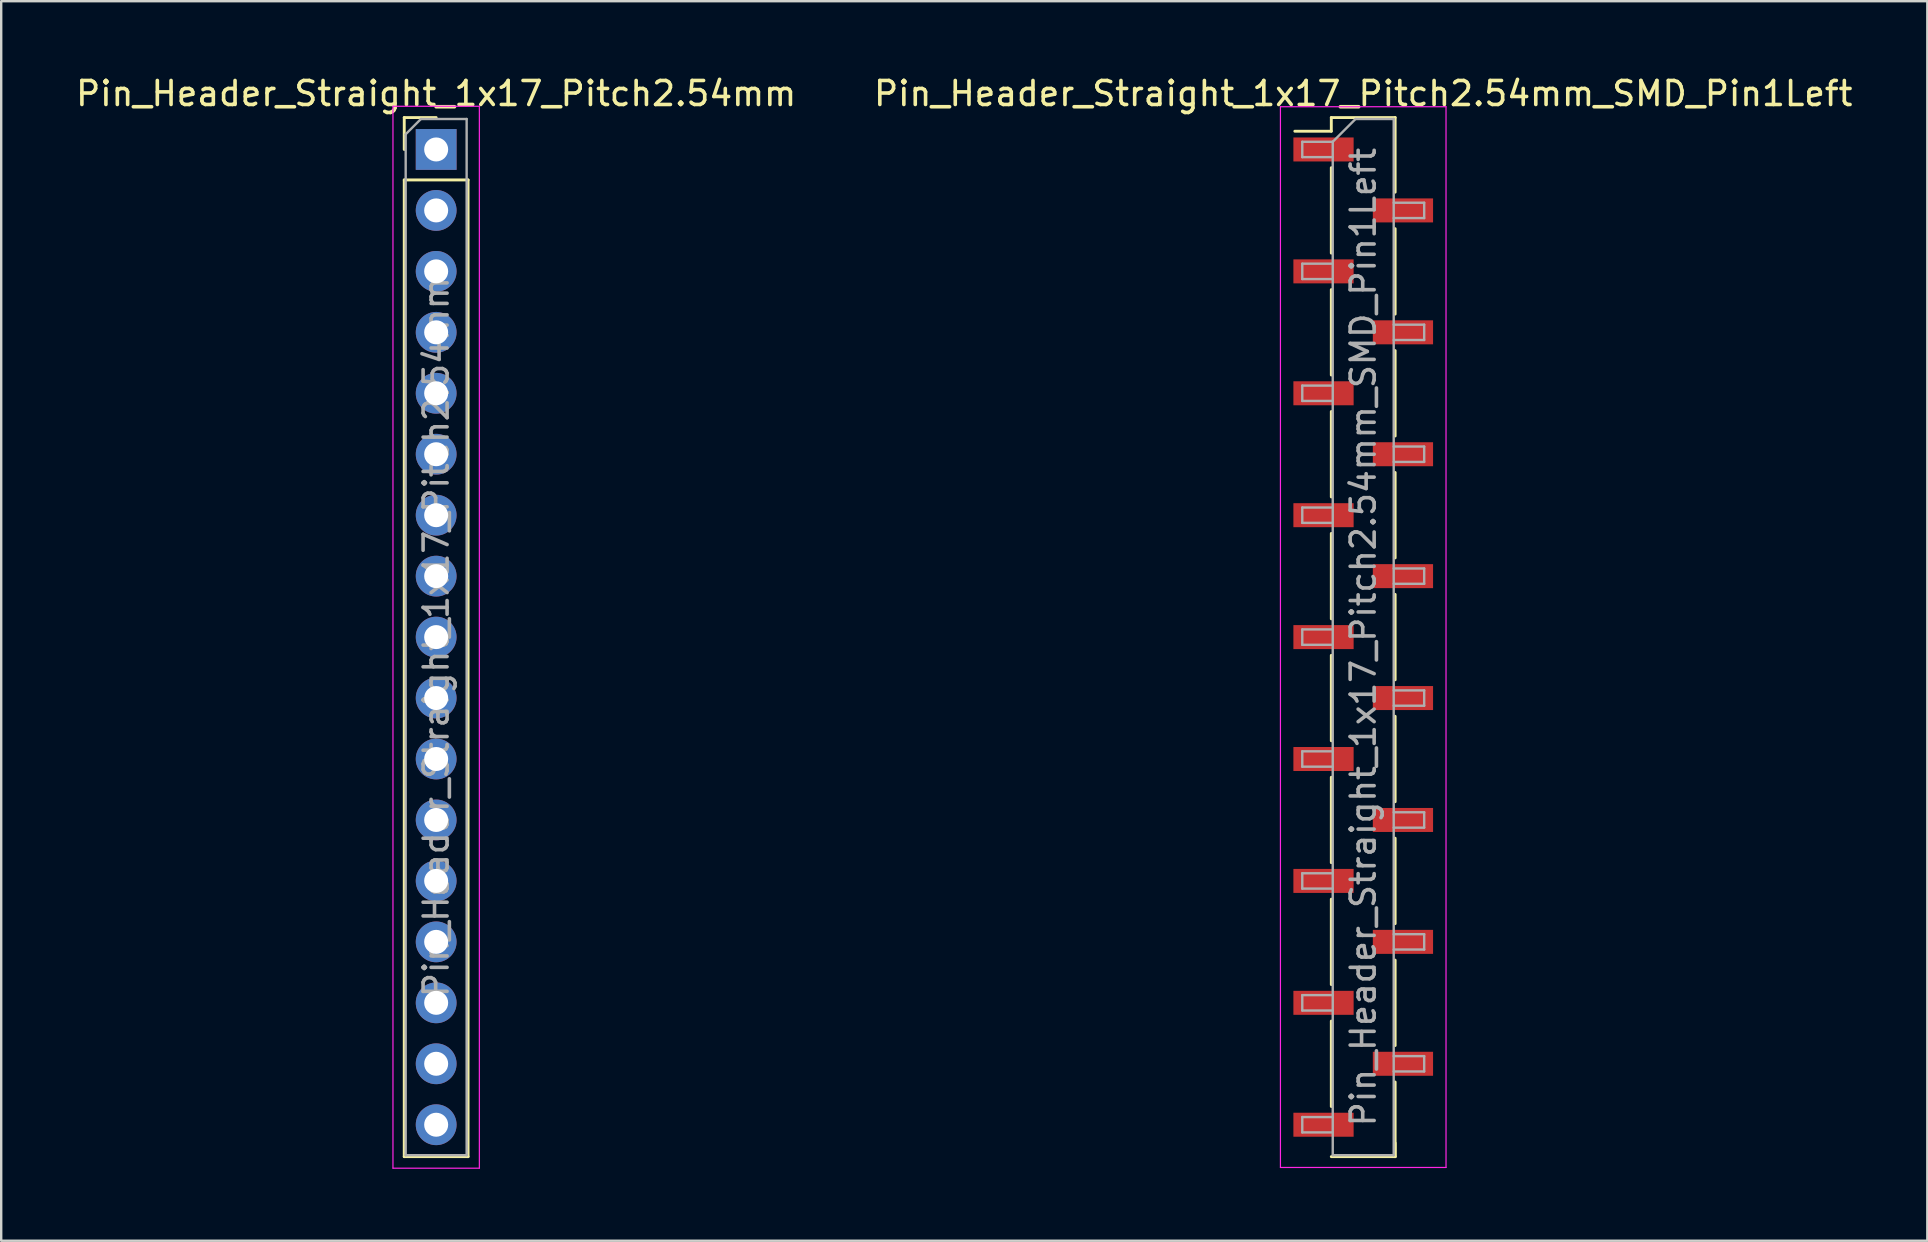
<source format=kicad_pcb>
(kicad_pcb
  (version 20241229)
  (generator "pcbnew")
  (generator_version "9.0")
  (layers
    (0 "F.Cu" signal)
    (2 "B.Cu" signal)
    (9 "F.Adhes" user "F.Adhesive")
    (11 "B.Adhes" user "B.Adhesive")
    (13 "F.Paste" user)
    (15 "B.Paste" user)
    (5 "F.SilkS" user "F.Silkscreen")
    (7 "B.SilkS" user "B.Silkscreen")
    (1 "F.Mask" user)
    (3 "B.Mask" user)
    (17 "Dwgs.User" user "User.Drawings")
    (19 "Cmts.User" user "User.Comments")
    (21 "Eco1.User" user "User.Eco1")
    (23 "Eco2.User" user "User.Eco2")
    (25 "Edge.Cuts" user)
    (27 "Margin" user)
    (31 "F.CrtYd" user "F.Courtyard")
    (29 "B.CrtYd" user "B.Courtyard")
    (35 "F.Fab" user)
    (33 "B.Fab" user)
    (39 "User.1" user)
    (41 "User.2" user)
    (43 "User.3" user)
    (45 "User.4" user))
  (footprint "Pin_Header_Straight_1x17_Pitch2.54mm"
    (layer "F.Cu")
    (at 15.125 3.178)
    (property "Reference" "Pin_Header_Straight_1x17_Pitch2.54mm" (at 0 -2.33 0) (layer "F.SilkS") (effects (font (size 1 1) (thickness 0.15))))
    (attr through_hole)
    (fp_line (start -1.33 -1.33) (end 0 -1.33) (stroke (width 0.12) (type solid)) (layer "F.SilkS"))
    (fp_line (start -1.33 0) (end -1.33 -1.33) (stroke (width 0.12) (type solid)) (layer "F.SilkS"))
    (fp_line (start -1.33 1.27) (end -1.33 41.97) (stroke (width 0.12) (type solid)) (layer "F.SilkS"))
    (fp_line (start -1.33 1.27) (end 1.33 1.27) (stroke (width 0.12) (type solid)) (layer "F.SilkS"))
    (fp_line (start -1.33 41.97) (end 1.33 41.97) (stroke (width 0.12) (type solid)) (layer "F.SilkS"))
    (fp_line (start 1.33 1.27) (end 1.33 41.97) (stroke (width 0.12) (type solid)) (layer "F.SilkS"))
    (fp_line (start -1.8 -1.8) (end -1.8 42.45) (stroke (width 0.05) (type solid)) (layer "F.CrtYd"))
    (fp_line (start -1.8 42.45) (end 1.8 42.45) (stroke (width 0.05) (type solid)) (layer "F.CrtYd"))
    (fp_line (start 1.8 -1.8) (end -1.8 -1.8) (stroke (width 0.05) (type solid)) (layer "F.CrtYd"))
    (fp_line (start 1.8 42.45) (end 1.8 -1.8) (stroke (width 0.05) (type solid)) (layer "F.CrtYd"))
    (fp_line (start -1.27 -0.635) (end -0.635 -1.27) (stroke (width 0.1) (type solid)) (layer "F.Fab"))
    (fp_line (start -1.27 41.91) (end -1.27 -0.635) (stroke (width 0.1) (type solid)) (layer "F.Fab"))
    (fp_line (start -0.635 -1.27) (end 1.27 -1.27) (stroke (width 0.1) (type solid)) (layer "F.Fab"))
    (fp_line (start 1.27 -1.27) (end 1.27 41.91) (stroke (width 0.1) (type solid)) (layer "F.Fab"))
    (fp_line (start 1.27 41.91) (end -1.27 41.91) (stroke (width 0.1) (type solid)) (layer "F.Fab"))
    (fp_text user "${REFERENCE}" (at 0 20.32 90) (layer "F.Fab") (effects (font (size 1 1) (thickness 0.15))))
    (pad "1" thru_hole rect (at 0 0) (size 1.7 1.7) (drill 1) (layers "*.Cu" "*.Mask"))
    (pad "2" thru_hole oval (at 0 2.54) (size 1.7 1.7) (drill 1) (layers "*.Cu" "*.Mask"))
    (pad "3" thru_hole oval (at 0 5.08) (size 1.7 1.7) (drill 1) (layers "*.Cu" "*.Mask"))
    (pad "4" thru_hole oval (at 0 7.62) (size 1.7 1.7) (drill 1) (layers "*.Cu" "*.Mask"))
    (pad "5" thru_hole oval (at 0 10.16) (size 1.7 1.7) (drill 1) (layers "*.Cu" "*.Mask"))
    (pad "6" thru_hole oval (at 0 12.7) (size 1.7 1.7) (drill 1) (layers "*.Cu" "*.Mask"))
    (pad "7" thru_hole oval (at 0 15.24) (size 1.7 1.7) (drill 1) (layers "*.Cu" "*.Mask"))
    (pad "8" thru_hole oval (at 0 17.78) (size 1.7 1.7) (drill 1) (layers "*.Cu" "*.Mask"))
    (pad "9" thru_hole oval (at 0 20.32) (size 1.7 1.7) (drill 1) (layers "*.Cu" "*.Mask"))
    (pad "10" thru_hole oval (at 0 22.86) (size 1.7 1.7) (drill 1) (layers "*.Cu" "*.Mask"))
    (pad "11" thru_hole oval (at 0 25.4) (size 1.7 1.7) (drill 1) (layers "*.Cu" "*.Mask"))
    (pad "12" thru_hole oval (at 0 27.94) (size 1.7 1.7) (drill 1) (layers "*.Cu" "*.Mask"))
    (pad "13" thru_hole oval (at 0 30.48) (size 1.7 1.7) (drill 1) (layers "*.Cu" "*.Mask"))
    (pad "14" thru_hole oval (at 0 33.02) (size 1.7 1.7) (drill 1) (layers "*.Cu" "*.Mask"))
    (pad "15" thru_hole oval (at 0 35.56) (size 1.7 1.7) (drill 1) (layers "*.Cu" "*.Mask"))
    (pad "16" thru_hole oval (at 0 38.1) (size 1.7 1.7) (drill 1) (layers "*.Cu" "*.Mask"))
    (pad "17" thru_hole oval (at 0 40.64) (size 1.7 1.7) (drill 1) (layers "*.Cu" "*.Mask")))
  (footprint "Pin_Header_Straight_1x17_Pitch2.54mm_SMD_Pin1Left"
    (layer "F.Cu")
    (at 53.756 23.498)
    (property "Reference" "Pin_Header_Straight_1x17_Pitch2.54mm_SMD_Pin1Left" (at 0 -22.65 0) (layer "F.SilkS") (effects (font (size 1 1) (thickness 0.15))))
    (attr smd)
    (fp_line (start -1.33 -21.65) (end -1.33 -21.08) (stroke (width 0.12) (type solid)) (layer "F.SilkS"))
    (fp_line (start -1.33 -21.65) (end 1.33 -21.65) (stroke (width 0.12) (type solid)) (layer "F.SilkS"))
    (fp_line (start -1.33 -21.08) (end -2.85 -21.08) (stroke (width 0.12) (type solid)) (layer "F.SilkS"))
    (fp_line (start -1.33 -19.56) (end -1.33 -16) (stroke (width 0.12) (type solid)) (layer "F.SilkS"))
    (fp_line (start -1.33 -14.48) (end -1.33 -10.92) (stroke (width 0.12) (type solid)) (layer "F.SilkS"))
    (fp_line (start -1.33 -9.4) (end -1.33 -5.84) (stroke (width 0.12) (type solid)) (layer "F.SilkS"))
    (fp_line (start -1.33 -4.32) (end -1.33 -0.76) (stroke (width 0.12) (type solid)) (layer "F.SilkS"))
    (fp_line (start -1.33 0.76) (end -1.33 4.32) (stroke (width 0.12) (type solid)) (layer "F.SilkS"))
    (fp_line (start -1.33 5.84) (end -1.33 9.4) (stroke (width 0.12) (type solid)) (layer "F.SilkS"))
    (fp_line (start -1.33 10.92) (end -1.33 14.48) (stroke (width 0.12) (type solid)) (layer "F.SilkS"))
    (fp_line (start -1.33 16) (end -1.33 19.56) (stroke (width 0.12) (type solid)) (layer "F.SilkS"))
    (fp_line (start -1.33 21.65) (end 1.33 21.65) (stroke (width 0.12) (type solid)) (layer "F.SilkS"))
    (fp_line (start 1.33 -21.65) (end 1.33 -18.54) (stroke (width 0.12) (type solid)) (layer "F.SilkS"))
    (fp_line (start 1.33 -17.02) (end 1.33 -13.46) (stroke (width 0.12) (type solid)) (layer "F.SilkS"))
    (fp_line (start 1.33 -11.94) (end 1.33 -8.38) (stroke (width 0.12) (type solid)) (layer "F.SilkS"))
    (fp_line (start 1.33 -6.86) (end 1.33 -3.3) (stroke (width 0.12) (type solid)) (layer "F.SilkS"))
    (fp_line (start 1.33 -1.78) (end 1.33 1.78) (stroke (width 0.12) (type solid)) (layer "F.SilkS"))
    (fp_line (start 1.33 3.3) (end 1.33 6.86) (stroke (width 0.12) (type solid)) (layer "F.SilkS"))
    (fp_line (start 1.33 8.38) (end 1.33 11.94) (stroke (width 0.12) (type solid)) (layer "F.SilkS"))
    (fp_line (start 1.33 13.46) (end 1.33 17.02) (stroke (width 0.12) (type solid)) (layer "F.SilkS"))
    (fp_line (start 1.33 18.54) (end 1.33 21.65) (stroke (width 0.12) (type solid)) (layer "F.SilkS"))
    (fp_line (start 1.33 21.08) (end 1.33 21.65) (stroke (width 0.12) (type solid)) (layer "F.SilkS"))
    (fp_line (start -3.45 -22.1) (end -3.45 22.1) (stroke (width 0.05) (type solid)) (layer "F.CrtYd"))
    (fp_line (start -3.45 22.1) (end 3.45 22.1) (stroke (width 0.05) (type solid)) (layer "F.CrtYd"))
    (fp_line (start 3.45 -22.1) (end -3.45 -22.1) (stroke (width 0.05) (type solid)) (layer "F.CrtYd"))
    (fp_line (start 3.45 22.1) (end 3.45 -22.1) (stroke (width 0.05) (type solid)) (layer "F.CrtYd"))
    (fp_line (start -2.54 -20.64) (end -2.54 -20) (stroke (width 0.1) (type solid)) (layer "F.Fab"))
    (fp_line (start -2.54 -20) (end -1.27 -20) (stroke (width 0.1) (type solid)) (layer "F.Fab"))
    (fp_line (start -2.54 -15.56) (end -2.54 -14.92) (stroke (width 0.1) (type solid)) (layer "F.Fab"))
    (fp_line (start -2.54 -14.92) (end -1.27 -14.92) (stroke (width 0.1) (type solid)) (layer "F.Fab"))
    (fp_line (start -2.54 -10.48) (end -2.54 -9.84) (stroke (width 0.1) (type solid)) (layer "F.Fab"))
    (fp_line (start -2.54 -9.84) (end -1.27 -9.84) (stroke (width 0.1) (type solid)) (layer "F.Fab"))
    (fp_line (start -2.54 -5.4) (end -2.54 -4.76) (stroke (width 0.1) (type solid)) (layer "F.Fab"))
    (fp_line (start -2.54 -4.76) (end -1.27 -4.76) (stroke (width 0.1) (type solid)) (layer "F.Fab"))
    (fp_line (start -2.54 -0.32) (end -2.54 0.32) (stroke (width 0.1) (type solid)) (layer "F.Fab"))
    (fp_line (start -2.54 0.32) (end -1.27 0.32) (stroke (width 0.1) (type solid)) (layer "F.Fab"))
    (fp_line (start -2.54 4.76) (end -2.54 5.4) (stroke (width 0.1) (type solid)) (layer "F.Fab"))
    (fp_line (start -2.54 5.4) (end -1.27 5.4) (stroke (width 0.1) (type solid)) (layer "F.Fab"))
    (fp_line (start -2.54 9.84) (end -2.54 10.48) (stroke (width 0.1) (type solid)) (layer "F.Fab"))
    (fp_line (start -2.54 10.48) (end -1.27 10.48) (stroke (width 0.1) (type solid)) (layer "F.Fab"))
    (fp_line (start -2.54 14.92) (end -2.54 15.56) (stroke (width 0.1) (type solid)) (layer "F.Fab"))
    (fp_line (start -2.54 15.56) (end -1.27 15.56) (stroke (width 0.1) (type solid)) (layer "F.Fab"))
    (fp_line (start -2.54 20) (end -2.54 20.64) (stroke (width 0.1) (type solid)) (layer "F.Fab"))
    (fp_line (start -2.54 20.64) (end -1.27 20.64) (stroke (width 0.1) (type solid)) (layer "F.Fab"))
    (fp_line (start -1.27 -20.64) (end -2.54 -20.64) (stroke (width 0.1) (type solid)) (layer "F.Fab"))
    (fp_line (start -1.27 -20.64) (end -0.32 -21.59) (stroke (width 0.1) (type solid)) (layer "F.Fab"))
    (fp_line (start -1.27 -15.56) (end -2.54 -15.56) (stroke (width 0.1) (type solid)) (layer "F.Fab"))
    (fp_line (start -1.27 -10.48) (end -2.54 -10.48) (stroke (width 0.1) (type solid)) (layer "F.Fab"))
    (fp_line (start -1.27 -5.4) (end -2.54 -5.4) (stroke (width 0.1) (type solid)) (layer "F.Fab"))
    (fp_line (start -1.27 -0.32) (end -2.54 -0.32) (stroke (width 0.1) (type solid)) (layer "F.Fab"))
    (fp_line (start -1.27 4.76) (end -2.54 4.76) (stroke (width 0.1) (type solid)) (layer "F.Fab"))
    (fp_line (start -1.27 9.84) (end -2.54 9.84) (stroke (width 0.1) (type solid)) (layer "F.Fab"))
    (fp_line (start -1.27 14.92) (end -2.54 14.92) (stroke (width 0.1) (type solid)) (layer "F.Fab"))
    (fp_line (start -1.27 20) (end -2.54 20) (stroke (width 0.1) (type solid)) (layer "F.Fab"))
    (fp_line (start -1.27 21.59) (end -1.27 -20.64) (stroke (width 0.1) (type solid)) (layer "F.Fab"))
    (fp_line (start -0.32 -21.59) (end 1.27 -21.59) (stroke (width 0.1) (type solid)) (layer "F.Fab"))
    (fp_line (start 1.27 -21.59) (end 1.27 21.59) (stroke (width 0.1) (type solid)) (layer "F.Fab"))
    (fp_line (start 1.27 -18.1) (end 2.54 -18.1) (stroke (width 0.1) (type solid)) (layer "F.Fab"))
    (fp_line (start 1.27 -13.02) (end 2.54 -13.02) (stroke (width 0.1) (type solid)) (layer "F.Fab"))
    (fp_line (start 1.27 -7.94) (end 2.54 -7.94) (stroke (width 0.1) (type solid)) (layer "F.Fab"))
    (fp_line (start 1.27 -2.86) (end 2.54 -2.86) (stroke (width 0.1) (type solid)) (layer "F.Fab"))
    (fp_line (start 1.27 2.22) (end 2.54 2.22) (stroke (width 0.1) (type solid)) (layer "F.Fab"))
    (fp_line (start 1.27 7.3) (end 2.54 7.3) (stroke (width 0.1) (type solid)) (layer "F.Fab"))
    (fp_line (start 1.27 12.38) (end 2.54 12.38) (stroke (width 0.1) (type solid)) (layer "F.Fab"))
    (fp_line (start 1.27 17.46) (end 2.54 17.46) (stroke (width 0.1) (type solid)) (layer "F.Fab"))
    (fp_line (start 1.27 21.59) (end -1.27 21.59) (stroke (width 0.1) (type solid)) (layer "F.Fab"))
    (fp_line (start 2.54 -18.1) (end 2.54 -17.46) (stroke (width 0.1) (type solid)) (layer "F.Fab"))
    (fp_line (start 2.54 -17.46) (end 1.27 -17.46) (stroke (width 0.1) (type solid)) (layer "F.Fab"))
    (fp_line (start 2.54 -13.02) (end 2.54 -12.38) (stroke (width 0.1) (type solid)) (layer "F.Fab"))
    (fp_line (start 2.54 -12.38) (end 1.27 -12.38) (stroke (width 0.1) (type solid)) (layer "F.Fab"))
    (fp_line (start 2.54 -7.94) (end 2.54 -7.3) (stroke (width 0.1) (type solid)) (layer "F.Fab"))
    (fp_line (start 2.54 -7.3) (end 1.27 -7.3) (stroke (width 0.1) (type solid)) (layer "F.Fab"))
    (fp_line (start 2.54 -2.86) (end 2.54 -2.22) (stroke (width 0.1) (type solid)) (layer "F.Fab"))
    (fp_line (start 2.54 -2.22) (end 1.27 -2.22) (stroke (width 0.1) (type solid)) (layer "F.Fab"))
    (fp_line (start 2.54 2.22) (end 2.54 2.86) (stroke (width 0.1) (type solid)) (layer "F.Fab"))
    (fp_line (start 2.54 2.86) (end 1.27 2.86) (stroke (width 0.1) (type solid)) (layer "F.Fab"))
    (fp_line (start 2.54 7.3) (end 2.54 7.94) (stroke (width 0.1) (type solid)) (layer "F.Fab"))
    (fp_line (start 2.54 7.94) (end 1.27 7.94) (stroke (width 0.1) (type solid)) (layer "F.Fab"))
    (fp_line (start 2.54 12.38) (end 2.54 13.02) (stroke (width 0.1) (type solid)) (layer "F.Fab"))
    (fp_line (start 2.54 13.02) (end 1.27 13.02) (stroke (width 0.1) (type solid)) (layer "F.Fab"))
    (fp_line (start 2.54 17.46) (end 2.54 18.1) (stroke (width 0.1) (type solid)) (layer "F.Fab"))
    (fp_line (start 2.54 18.1) (end 1.27 18.1) (stroke (width 0.1) (type solid)) (layer "F.Fab"))
    (fp_text user "${REFERENCE}" (at 0 0 90) (layer "F.Fab") (effects (font (size 1 1) (thickness 0.15))))
    (pad "1" smd rect (at -1.655 -20.32) (size 2.51 1) (layers "F.Cu" "F.Mask" "F.Paste"))
    (pad "2" smd rect (at 1.655 -17.78) (size 2.51 1) (layers "F.Cu" "F.Mask" "F.Paste"))
    (pad "3" smd rect (at -1.655 -15.24) (size 2.51 1) (layers "F.Cu" "F.Mask" "F.Paste"))
    (pad "4" smd rect (at 1.655 -12.7) (size 2.51 1) (layers "F.Cu" "F.Mask" "F.Paste"))
    (pad "5" smd rect (at -1.655 -10.16) (size 2.51 1) (layers "F.Cu" "F.Mask" "F.Paste"))
    (pad "6" smd rect (at 1.655 -7.62) (size 2.51 1) (layers "F.Cu" "F.Mask" "F.Paste"))
    (pad "7" smd rect (at -1.655 -5.08) (size 2.51 1) (layers "F.Cu" "F.Mask" "F.Paste"))
    (pad "8" smd rect (at 1.655 -2.54) (size 2.51 1) (layers "F.Cu" "F.Mask" "F.Paste"))
    (pad "9" smd rect (at -1.655 0) (size 2.51 1) (layers "F.Cu" "F.Mask" "F.Paste"))
    (pad "10" smd rect (at 1.655 2.54) (size 2.51 1) (layers "F.Cu" "F.Mask" "F.Paste"))
    (pad "11" smd rect (at -1.655 5.08) (size 2.51 1) (layers "F.Cu" "F.Mask" "F.Paste"))
    (pad "12" smd rect (at 1.655 7.62) (size 2.51 1) (layers "F.Cu" "F.Mask" "F.Paste"))
    (pad "13" smd rect (at -1.655 10.16) (size 2.51 1) (layers "F.Cu" "F.Mask" "F.Paste"))
    (pad "14" smd rect (at 1.655 12.7) (size 2.51 1) (layers "F.Cu" "F.Mask" "F.Paste"))
    (pad "15" smd rect (at -1.655 15.24) (size 2.51 1) (layers "F.Cu" "F.Mask" "F.Paste"))
    (pad "16" smd rect (at 1.655 17.78) (size 2.51 1) (layers "F.Cu" "F.Mask" "F.Paste"))
    (pad "17" smd rect (at -1.655 20.32) (size 2.51 1) (layers "F.Cu" "F.Mask" "F.Paste")))
  (gr_rect
    (start -3 -3)
    (end 77.262 48.653)
    (stroke (width 0.1) (type default))
    (fill no)
    (layer "Edge.Cuts")))
</source>
